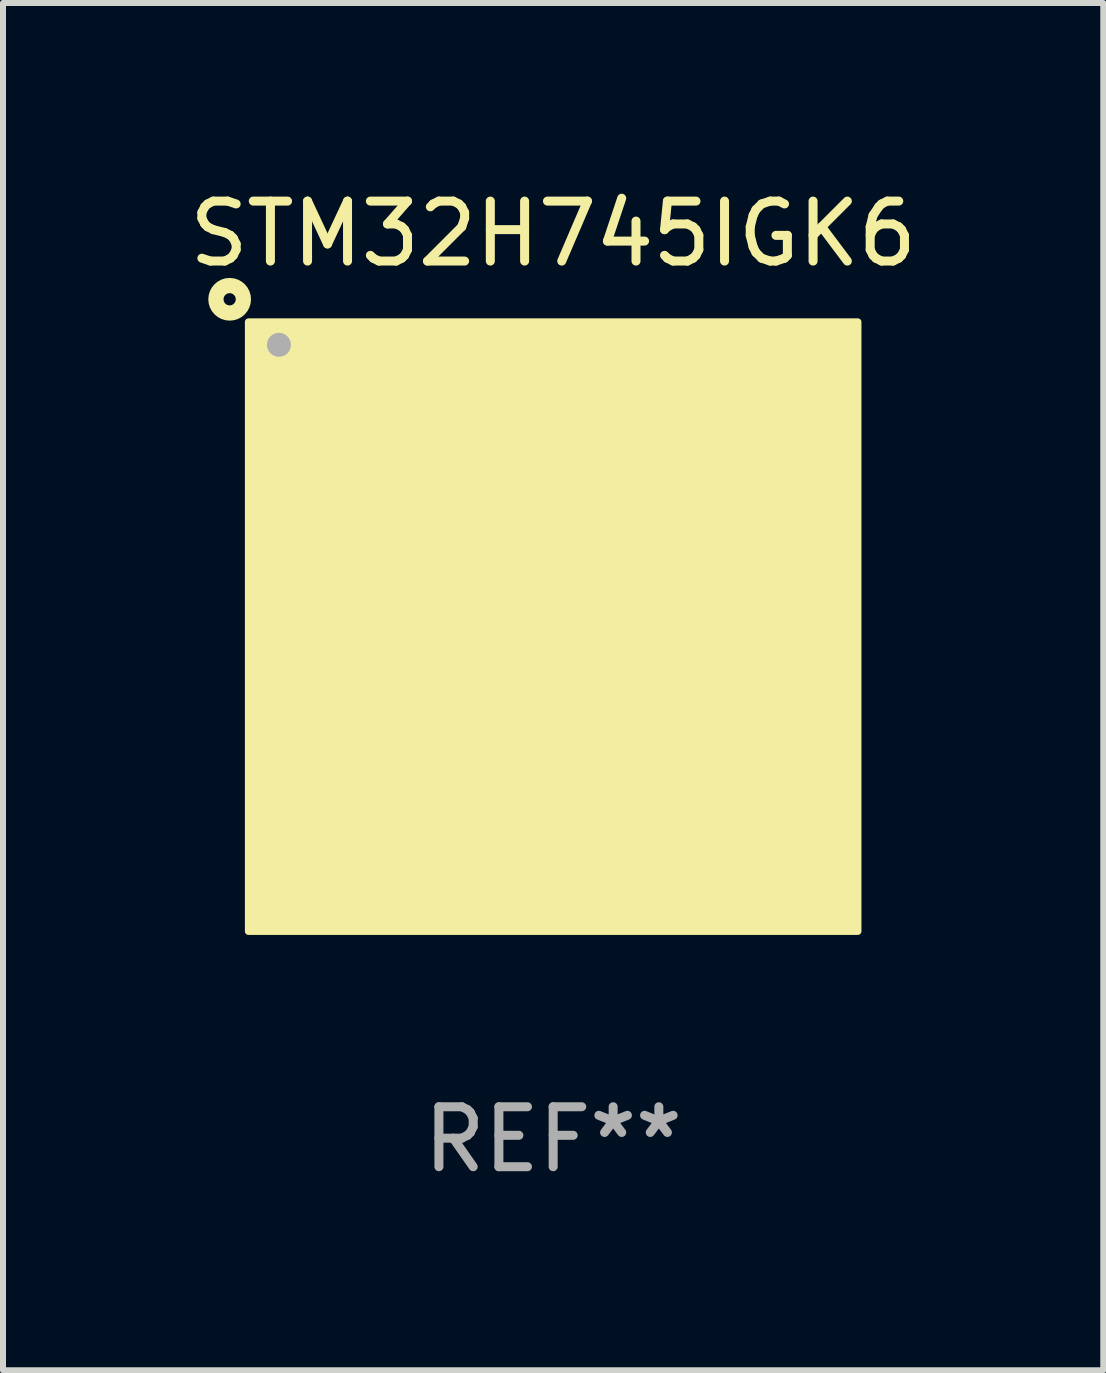
<source format=kicad_pcb>
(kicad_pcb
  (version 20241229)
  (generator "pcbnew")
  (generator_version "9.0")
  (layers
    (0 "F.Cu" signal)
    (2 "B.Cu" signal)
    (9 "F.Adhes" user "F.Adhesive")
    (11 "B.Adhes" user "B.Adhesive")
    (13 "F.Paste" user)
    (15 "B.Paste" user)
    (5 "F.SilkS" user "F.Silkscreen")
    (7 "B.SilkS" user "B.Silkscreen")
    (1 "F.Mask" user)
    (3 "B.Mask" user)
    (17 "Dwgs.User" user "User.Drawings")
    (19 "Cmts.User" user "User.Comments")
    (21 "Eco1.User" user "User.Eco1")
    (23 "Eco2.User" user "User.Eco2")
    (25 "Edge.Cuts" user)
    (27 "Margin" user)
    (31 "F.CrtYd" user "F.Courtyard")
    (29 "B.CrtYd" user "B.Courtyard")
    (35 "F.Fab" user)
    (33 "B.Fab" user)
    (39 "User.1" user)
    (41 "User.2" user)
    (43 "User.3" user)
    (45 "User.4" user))
  (footprint "STM32H745IGK6"
    (layer "F.Cu")
    (at 6.173 7.398)
    (property "Reference" "STM32H745IGK6" (at 0 -6.55 0) (layer "F.SilkS") (effects (font (size 1 1) (thickness 0.15))))
    (attr through_hole)
    (fp_circle (center -5.394 -5.458) (end -5.292 -5.458) (stroke (width 0.254) (type solid)) (fill no) (layer "F.SilkS"))
    (fp_circle (center -5 -5) (end -4.97 -5) (stroke (width 0.06) (type solid)) (fill no) (layer "F.SilkS"))
    (fp_poly (pts (xy -5.08 -5.08) (xy 5.08 -5.08) (xy 5.08 5.08) (xy -5.08 5.08)) (stroke (width 0.12) (type solid)) (fill yes) (layer "F.SilkS"))
    (fp_circle (center -4.572 -4.699) (end -4.472 -4.699) (stroke (width 0.2) (type solid)) (fill no) (layer "F.Fab"))
    (fp_text user "REF**" (at 0 8.55 0) (layer "F.Fab") (effects (font (size 1 1) (thickness 0.15))))
    (pad "A1" smd circle (at -4.55 -4.55) (size 0.3 0.3) (layers "F.Cu" "F.Mask" "F.Paste"))
    (pad "A2" smd circle (at -3.9 -4.55) (size 0.3 0.3) (layers "F.Cu" "F.Mask" "F.Paste"))
    (pad "A3" smd circle (at -3.25 -4.55) (size 0.3 0.3) (layers "F.Cu" "F.Mask" "F.Paste"))
    (pad "A4" smd circle (at -2.6 -4.55) (size 0.3 0.3) (layers "F.Cu" "F.Mask" "F.Paste"))
    (pad "A5" smd circle (at -1.95 -4.55) (size 0.3 0.3) (layers "F.Cu" "F.Mask" "F.Paste"))
    (pad "A6" smd circle (at -1.3 -4.55) (size 0.3 0.3) (layers "F.Cu" "F.Mask" "F.Paste"))
    (pad "A7" smd circle (at -0.65 -4.55) (size 0.3 0.3) (layers "F.Cu" "F.Mask" "F.Paste"))
    (pad "A8" smd circle (at -0.000127 -4.55) (size 0.3 0.3) (layers "F.Cu" "F.Mask" "F.Paste"))
    (pad "A9" smd circle (at 0.65 -4.55) (size 0.3 0.3) (layers "F.Cu" "F.Mask" "F.Paste"))
    (pad "A10" smd circle (at 1.3 -4.55) (size 0.3 0.3) (layers "F.Cu" "F.Mask" "F.Paste"))
    (pad "A11" smd circle (at 1.95 -4.55) (size 0.3 0.3) (layers "F.Cu" "F.Mask" "F.Paste"))
    (pad "A12" smd circle (at 2.6 -4.55) (size 0.3 0.3) (layers "F.Cu" "F.Mask" "F.Paste"))
    (pad "A13" smd circle (at 3.25 -4.55) (size 0.3 0.3) (layers "F.Cu" "F.Mask" "F.Paste"))
    (pad "A14" smd circle (at 3.9 -4.55) (size 0.3 0.3) (layers "F.Cu" "F.Mask" "F.Paste"))
    (pad "A15" smd circle (at 4.55 -4.55) (size 0.3 0.3) (layers "F.Cu" "F.Mask" "F.Paste"))
    (pad "B1" smd circle (at -4.55 -3.9) (size 0.3 0.3) (layers "F.Cu" "F.Mask" "F.Paste"))
    (pad "B2" smd circle (at -3.9 -3.9) (size 0.3 0.3) (layers "F.Cu" "F.Mask" "F.Paste"))
    (pad "B3" smd circle (at -3.25 -3.9) (size 0.3 0.3) (layers "F.Cu" "F.Mask" "F.Paste"))
    (pad "B4" smd circle (at -2.6 -3.9) (size 0.3 0.3) (layers "F.Cu" "F.Mask" "F.Paste"))
    (pad "B5" smd circle (at -1.95 -3.9) (size 0.3 0.3) (layers "F.Cu" "F.Mask" "F.Paste"))
    (pad "B6" smd circle (at -1.3 -3.9) (size 0.3 0.3) (layers "F.Cu" "F.Mask" "F.Paste"))
    (pad "B7" smd circle (at -0.65 -3.9) (size 0.3 0.3) (layers "F.Cu" "F.Mask" "F.Paste"))
    (pad "B8" smd circle (at 0.000127 -3.9) (size 0.3 0.3) (layers "F.Cu" "F.Mask" "F.Paste"))
    (pad "B9" smd circle (at 0.65 -3.9) (size 0.3 0.3) (layers "F.Cu" "F.Mask" "F.Paste"))
    (pad "B10" smd circle (at 1.3 -3.9) (size 0.3 0.3) (layers "F.Cu" "F.Mask" "F.Paste"))
    (pad "B11" smd circle (at 1.95 -3.9) (size 0.3 0.3) (layers "F.Cu" "F.Mask" "F.Paste"))
    (pad "B12" smd circle (at 2.6 -3.9) (size 0.3 0.3) (layers "F.Cu" "F.Mask" "F.Paste"))
    (pad "B13" smd circle (at 3.25 -3.9) (size 0.3 0.3) (layers "F.Cu" "F.Mask" "F.Paste"))
    (pad "B14" smd circle (at 3.9 -3.9) (size 0.3 0.3) (layers "F.Cu" "F.Mask" "F.Paste"))
    (pad "B15" smd circle (at 4.55 -3.9) (size 0.3 0.3) (layers "F.Cu" "F.Mask" "F.Paste"))
    (pad "C1" smd circle (at -4.55 -3.25) (size 0.3 0.3) (layers "F.Cu" "F.Mask" "F.Paste"))
    (pad "C2" smd circle (at -3.9 -3.25) (size 0.3 0.3) (layers "F.Cu" "F.Mask" "F.Paste"))
    (pad "C3" smd circle (at -3.25 -3.25) (size 0.3 0.3) (layers "F.Cu" "F.Mask" "F.Paste"))
    (pad "C4" smd circle (at -2.6 -3.25) (size 0.3 0.3) (layers "F.Cu" "F.Mask" "F.Paste"))
    (pad "C5" smd circle (at -1.95 -3.25) (size 0.3 0.3) (layers "F.Cu" "F.Mask" "F.Paste"))
    (pad "C6" smd circle (at -1.3 -3.25) (size 0.3 0.3) (layers "F.Cu" "F.Mask" "F.Paste"))
    (pad "C7" smd circle (at -0.65 -3.25) (size 0.3 0.3) (layers "F.Cu" "F.Mask" "F.Paste"))
    (pad "C8" smd circle (at 0.000127 -3.25) (size 0.3 0.3) (layers "F.Cu" "F.Mask" "F.Paste"))
    (pad "C9" smd circle (at 0.65 -3.25) (size 0.3 0.3) (layers "F.Cu" "F.Mask" "F.Paste"))
    (pad "C10" smd circle (at 1.3 -3.25) (size 0.3 0.3) (layers "F.Cu" "F.Mask" "F.Paste"))
    (pad "C11" smd circle (at 1.95 -3.25) (size 0.3 0.3) (layers "F.Cu" "F.Mask" "F.Paste"))
    (pad "C12" smd circle (at 2.6 -3.25) (size 0.3 0.3) (layers "F.Cu" "F.Mask" "F.Paste"))
    (pad "C13" smd circle (at 3.25 -3.25) (size 0.3 0.3) (layers "F.Cu" "F.Mask" "F.Paste"))
    (pad "C14" smd circle (at 3.9 -3.25) (size 0.3 0.3) (layers "F.Cu" "F.Mask" "F.Paste"))
    (pad "C15" smd circle (at 4.55 -3.25) (size 0.3 0.3) (layers "F.Cu" "F.Mask" "F.Paste"))
    (pad "D1" smd circle (at -4.55 -2.6) (size 0.3 0.3) (layers "F.Cu" "F.Mask" "F.Paste"))
    (pad "D2" smd circle (at -3.9 -2.6) (size 0.3 0.3) (layers "F.Cu" "F.Mask" "F.Paste"))
    (pad "D3" smd circle (at -3.25 -2.6) (size 0.3 0.3) (layers "F.Cu" "F.Mask" "F.Paste"))
    (pad "D4" smd circle (at -2.6 -2.6) (size 0.3 0.3) (layers "F.Cu" "F.Mask" "F.Paste"))
    (pad "D5" smd circle (at -1.95 -2.6) (size 0.3 0.3) (layers "F.Cu" "F.Mask" "F.Paste"))
    (pad "D6" smd circle (at -1.3 -2.6) (size 0.3 0.3) (layers "F.Cu" "F.Mask" "F.Paste"))
    (pad "D7" smd circle (at -0.65 -2.6) (size 0.3 0.3) (layers "F.Cu" "F.Mask" "F.Paste"))
    (pad "D8" smd circle (at -0.000127 -2.6) (size 0.3 0.3) (layers "F.Cu" "F.Mask" "F.Paste"))
    (pad "D9" smd circle (at 0.65 -2.6) (size 0.3 0.3) (layers "F.Cu" "F.Mask" "F.Paste"))
    (pad "D10" smd circle (at 1.3 -2.6) (size 0.3 0.3) (layers "F.Cu" "F.Mask" "F.Paste"))
    (pad "D11" smd circle (at 1.95 -2.6) (size 0.3 0.3) (layers "F.Cu" "F.Mask" "F.Paste"))
    (pad "D12" smd circle (at 2.6 -2.6) (size 0.3 0.3) (layers "F.Cu" "F.Mask" "F.Paste"))
    (pad "D13" smd circle (at 3.25 -2.6) (size 0.3 0.3) (layers "F.Cu" "F.Mask" "F.Paste"))
    (pad "D14" smd circle (at 3.9 -2.6) (size 0.3 0.3) (layers "F.Cu" "F.Mask" "F.Paste"))
    (pad "D15" smd circle (at 4.55 -2.6) (size 0.3 0.3) (layers "F.Cu" "F.Mask" "F.Paste"))
    (pad "E1" smd circle (at -4.55 -1.95) (size 0.3 0.3) (layers "F.Cu" "F.Mask" "F.Paste"))
    (pad "E2" smd circle (at -3.9 -1.95) (size 0.3 0.3) (layers "F.Cu" "F.Mask" "F.Paste"))
    (pad "E3" smd circle (at -3.25 -1.95) (size 0.3 0.3) (layers "F.Cu" "F.Mask" "F.Paste"))
    (pad "E4" smd circle (at -2.6 -1.95) (size 0.3 0.3) (layers "F.Cu" "F.Mask" "F.Paste"))
    (pad "E12" smd circle (at 2.6 -1.95) (size 0.3 0.3) (layers "F.Cu" "F.Mask" "F.Paste"))
    (pad "E13" smd circle (at 3.25 -1.95) (size 0.3 0.3) (layers "F.Cu" "F.Mask" "F.Paste"))
    (pad "E14" smd circle (at 3.9 -1.95) (size 0.3 0.3) (layers "F.Cu" "F.Mask" "F.Paste"))
    (pad "E15" smd circle (at 4.55 -1.95) (size 0.3 0.3) (layers "F.Cu" "F.Mask" "F.Paste"))
    (pad "F1" smd circle (at -4.55 -1.3) (size 0.3 0.3) (layers "F.Cu" "F.Mask" "F.Paste"))
    (pad "F2" smd circle (at -3.9 -1.3) (size 0.3 0.3) (layers "F.Cu" "F.Mask" "F.Paste"))
    (pad "F3" smd circle (at -3.25 -1.3) (size 0.3 0.3) (layers "F.Cu" "F.Mask" "F.Paste"))
    (pad "F4" smd circle (at -2.6 -1.3) (size 0.3 0.3) (layers "F.Cu" "F.Mask" "F.Paste"))
    (pad "F6" smd circle (at -1.3 -1.3) (size 0.3 0.3) (layers "F.Cu" "F.Mask" "F.Paste"))
    (pad "F7" smd circle (at -0.65 -1.3) (size 0.3 0.3) (layers "F.Cu" "F.Mask" "F.Paste"))
    (pad "F8" smd circle (at 0.000127 -1.3) (size 0.3 0.3) (layers "F.Cu" "F.Mask" "F.Paste"))
    (pad "F9" smd circle (at 0.65 -1.3) (size 0.3 0.3) (layers "F.Cu" "F.Mask" "F.Paste"))
    (pad "F10" smd circle (at 1.3 -1.3) (size 0.3 0.3) (layers "F.Cu" "F.Mask" "F.Paste"))
    (pad "F12" smd circle (at 2.6 -1.3) (size 0.3 0.3) (layers "F.Cu" "F.Mask" "F.Paste"))
    (pad "F13" smd circle (at 3.25 -1.3) (size 0.3 0.3) (layers "F.Cu" "F.Mask" "F.Paste"))
    (pad "F14" smd circle (at 3.9 -1.3) (size 0.3 0.3) (layers "F.Cu" "F.Mask" "F.Paste"))
    (pad "F15" smd circle (at 4.55 -1.3) (size 0.3 0.3) (layers "F.Cu" "F.Mask" "F.Paste"))
    (pad "G1" smd circle (at -4.55 -0.65) (size 0.3 0.3) (layers "F.Cu" "F.Mask" "F.Paste"))
    (pad "G2" smd circle (at -3.9 -0.65) (size 0.3 0.3) (layers "F.Cu" "F.Mask" "F.Paste"))
    (pad "G3" smd circle (at -3.25 -0.65) (size 0.3 0.3) (layers "F.Cu" "F.Mask" "F.Paste"))
    (pad "G4" smd circle (at -2.6 -0.65) (size 0.3 0.3) (layers "F.Cu" "F.Mask" "F.Paste"))
    (pad "G6" smd circle (at -1.3 -0.65) (size 0.3 0.3) (layers "F.Cu" "F.Mask" "F.Paste"))
    (pad "G7" smd circle (at -0.65 -0.65) (size 0.3 0.3) (layers "F.Cu" "F.Mask" "F.Paste"))
    (pad "G8" smd circle (at -0.000127 -0.65) (size 0.3 0.3) (layers "F.Cu" "F.Mask" "F.Paste"))
    (pad "G9" smd circle (at 0.65 -0.65) (size 0.3 0.3) (layers "F.Cu" "F.Mask" "F.Paste"))
    (pad "G10" smd circle (at 1.3 -0.65) (size 0.3 0.3) (layers "F.Cu" "F.Mask" "F.Paste"))
    (pad "G12" smd circle (at 2.6 -0.65) (size 0.3 0.3) (layers "F.Cu" "F.Mask" "F.Paste"))
    (pad "G13" smd circle (at 3.25 -0.65) (size 0.3 0.3) (layers "F.Cu" "F.Mask" "F.Paste"))
    (pad "G14" smd circle (at 3.9 -0.65) (size 0.3 0.3) (layers "F.Cu" "F.Mask" "F.Paste"))
    (pad "G15" smd circle (at 4.55 -0.65) (size 0.3 0.3) (layers "F.Cu" "F.Mask" "F.Paste"))
    (pad "H1" smd circle (at -4.55 -0.000127) (size 0.3 0.3) (layers "F.Cu" "F.Mask" "F.Paste"))
    (pad "H2" smd circle (at -3.9 -0.000127) (size 0.3 0.3) (layers "F.Cu" "F.Mask" "F.Paste"))
    (pad "H3" smd circle (at -3.25 -0.000127) (size 0.3 0.3) (layers "F.Cu" "F.Mask" "F.Paste"))
    (pad "H4" smd circle (at -2.6 -0.000127) (size 0.3 0.3) (layers "F.Cu" "F.Mask" "F.Paste"))
    (pad "H6" smd circle (at -1.3 -0.000127) (size 0.3 0.3) (layers "F.Cu" "F.Mask" "F.Paste"))
    (pad "H7" smd circle (at -0.65 -0.000127) (size 0.3 0.3) (layers "F.Cu" "F.Mask" "F.Paste"))
    (pad "H8" smd circle (at -0.000127 -0.000127) (size 0.3 0.3) (layers "F.Cu" "F.Mask" "F.Paste"))
    (pad "H9" smd circle (at 0.65 -0.000127) (size 0.3 0.3) (layers "F.Cu" "F.Mask" "F.Paste"))
    (pad "H10" smd circle (at 1.3 -0.000127) (size 0.3 0.3) (layers "F.Cu" "F.Mask" "F.Paste"))
    (pad "H12" smd circle (at 2.6 -0.000127) (size 0.3 0.3) (layers "F.Cu" "F.Mask" "F.Paste"))
    (pad "H13" smd circle (at 3.25 -0.000127) (size 0.3 0.3) (layers "F.Cu" "F.Mask" "F.Paste"))
    (pad "H14" smd circle (at 3.9 -0.000127) (size 0.3 0.3) (layers "F.Cu" "F.Mask" "F.Paste"))
    (pad "H15" smd circle (at 4.55 -0.000127) (size 0.3 0.3) (layers "F.Cu" "F.Mask" "F.Paste"))
    (pad "J1" smd circle (at -4.55 0.65) (size 0.3 0.3) (layers "F.Cu" "F.Mask" "F.Paste"))
    (pad "J2" smd circle (at -3.9 0.65) (size 0.3 0.3) (layers "F.Cu" "F.Mask" "F.Paste"))
    (pad "J3" smd circle (at -3.25 0.65) (size 0.3 0.3) (layers "F.Cu" "F.Mask" "F.Paste"))
    (pad "J4" smd circle (at -2.6 0.65) (size 0.3 0.3) (layers "F.Cu" "F.Mask" "F.Paste"))
    (pad "J6" smd circle (at -1.3 0.65) (size 0.3 0.3) (layers "F.Cu" "F.Mask" "F.Paste"))
    (pad "J7" smd circle (at -0.65 0.65) (size 0.3 0.3) (layers "F.Cu" "F.Mask" "F.Paste"))
    (pad "J8" smd circle (at -0.000127 0.65) (size 0.3 0.3) (layers "F.Cu" "F.Mask" "F.Paste"))
    (pad "J9" smd circle (at 0.65 0.65) (size 0.3 0.3) (layers "F.Cu" "F.Mask" "F.Paste"))
    (pad "J10" smd circle (at 1.3 0.65) (size 0.3 0.3) (layers "F.Cu" "F.Mask" "F.Paste"))
    (pad "J12" smd circle (at 2.6 0.65) (size 0.3 0.3) (layers "F.Cu" "F.Mask" "F.Paste"))
    (pad "J13" smd circle (at 3.25 0.65) (size 0.3 0.3) (layers "F.Cu" "F.Mask" "F.Paste"))
    (pad "J14" smd circle (at 3.9 0.65) (size 0.3 0.3) (layers "F.Cu" "F.Mask" "F.Paste"))
    (pad "J15" smd circle (at 4.55 0.65) (size 0.3 0.3) (layers "F.Cu" "F.Mask" "F.Paste"))
    (pad "K1" smd circle (at -4.55 1.3) (size 0.3 0.3) (layers "F.Cu" "F.Mask" "F.Paste"))
    (pad "K2" smd circle (at -3.9 1.3) (size 0.3 0.3) (layers "F.Cu" "F.Mask" "F.Paste"))
    (pad "K3" smd circle (at -3.25 1.3) (size 0.3 0.3) (layers "F.Cu" "F.Mask" "F.Paste"))
    (pad "K4" smd circle (at -2.6 1.3) (size 0.3 0.3) (layers "F.Cu" "F.Mask" "F.Paste"))
    (pad "K6" smd circle (at -1.3 1.3) (size 0.3 0.3) (layers "F.Cu" "F.Mask" "F.Paste"))
    (pad "K7" smd circle (at -0.65 1.3) (size 0.3 0.3) (layers "F.Cu" "F.Mask" "F.Paste"))
    (pad "K8" smd circle (at 0.000127 1.3) (size 0.3 0.3) (layers "F.Cu" "F.Mask" "F.Paste"))
    (pad "K9" smd circle (at 0.65 1.3) (size 0.3 0.3) (layers "F.Cu" "F.Mask" "F.Paste"))
    (pad "K10" smd circle (at 1.3 1.3) (size 0.3 0.3) (layers "F.Cu" "F.Mask" "F.Paste"))
    (pad "K12" smd circle (at 2.6 1.3) (size 0.3 0.3) (layers "F.Cu" "F.Mask" "F.Paste"))
    (pad "K13" smd circle (at 3.25 1.3) (size 0.3 0.3) (layers "F.Cu" "F.Mask" "F.Paste"))
    (pad "K14" smd circle (at 3.9 1.3) (size 0.3 0.3) (layers "F.Cu" "F.Mask" "F.Paste"))
    (pad "K15" smd circle (at 4.55 1.3) (size 0.3 0.3) (layers "F.Cu" "F.Mask" "F.Paste"))
    (pad "L1" smd circle (at -4.55 1.95) (size 0.3 0.3) (layers "F.Cu" "F.Mask" "F.Paste"))
    (pad "L2" smd circle (at -3.9 1.95) (size 0.3 0.3) (layers "F.Cu" "F.Mask" "F.Paste"))
    (pad "L3" smd circle (at -3.25 1.95) (size 0.3 0.3) (layers "F.Cu" "F.Mask" "F.Paste"))
    (pad "L4" smd circle (at -2.6 1.95) (size 0.3 0.3) (layers "F.Cu" "F.Mask" "F.Paste"))
    (pad "L12" smd circle (at 2.6 1.95) (size 0.3 0.3) (layers "F.Cu" "F.Mask" "F.Paste"))
    (pad "L13" smd circle (at 3.25 1.95) (size 0.3 0.3) (layers "F.Cu" "F.Mask" "F.Paste"))
    (pad "L14" smd circle (at 3.9 1.95) (size 0.3 0.3) (layers "F.Cu" "F.Mask" "F.Paste"))
    (pad "L15" smd circle (at 4.55 1.95) (size 0.3 0.3) (layers "F.Cu" "F.Mask" "F.Paste"))
    (pad "M1" smd circle (at -4.55 2.6) (size 0.3 0.3) (layers "F.Cu" "F.Mask" "F.Paste"))
    (pad "M2" smd circle (at -3.9 2.6) (size 0.3 0.3) (layers "F.Cu" "F.Mask" "F.Paste"))
    (pad "M3" smd circle (at -3.25 2.6) (size 0.3 0.3) (layers "F.Cu" "F.Mask" "F.Paste"))
    (pad "M4" smd circle (at -2.6 2.6) (size 0.3 0.3) (layers "F.Cu" "F.Mask" "F.Paste"))
    (pad "M5" smd circle (at -1.95 2.6) (size 0.3 0.3) (layers "F.Cu" "F.Mask" "F.Paste"))
    (pad "M6" smd circle (at -1.3 2.6) (size 0.3 0.3) (layers "F.Cu" "F.Mask" "F.Paste"))
    (pad "M7" smd circle (at -0.65 2.6) (size 0.3 0.3) (layers "F.Cu" "F.Mask" "F.Paste"))
    (pad "M8" smd circle (at -0.000127 2.6) (size 0.3 0.3) (layers "F.Cu" "F.Mask" "F.Paste"))
    (pad "M9" smd circle (at 0.65 2.6) (size 0.3 0.3) (layers "F.Cu" "F.Mask" "F.Paste"))
    (pad "M10" smd circle (at 1.3 2.6) (size 0.3 0.3) (layers "F.Cu" "F.Mask" "F.Paste"))
    (pad "M11" smd circle (at 1.95 2.6) (size 0.3 0.3) (layers "F.Cu" "F.Mask" "F.Paste"))
    (pad "M12" smd circle (at 2.6 2.6) (size 0.3 0.3) (layers "F.Cu" "F.Mask" "F.Paste"))
    (pad "M13" smd circle (at 3.25 2.6) (size 0.3 0.3) (layers "F.Cu" "F.Mask" "F.Paste"))
    (pad "M14" smd circle (at 3.9 2.6) (size 0.3 0.3) (layers "F.Cu" "F.Mask" "F.Paste"))
    (pad "M15" smd circle (at 4.55 2.6) (size 0.3 0.3) (layers "F.Cu" "F.Mask" "F.Paste"))
    (pad "N1" smd circle (at -4.55 3.25) (size 0.3 0.3) (layers "F.Cu" "F.Mask" "F.Paste"))
    (pad "N2" smd circle (at -3.9 3.25) (size 0.3 0.3) (layers "F.Cu" "F.Mask" "F.Paste"))
    (pad "N3" smd circle (at -3.25 3.25) (size 0.3 0.3) (layers "F.Cu" "F.Mask" "F.Paste"))
    (pad "N4" smd circle (at -2.6 3.25) (size 0.3 0.3) (layers "F.Cu" "F.Mask" "F.Paste"))
    (pad "N5" smd circle (at -1.95 3.25) (size 0.3 0.3) (layers "F.Cu" "F.Mask" "F.Paste"))
    (pad "N6" smd circle (at -1.3 3.25) (size 0.3 0.3) (layers "F.Cu" "F.Mask" "F.Paste"))
    (pad "N7" smd circle (at -0.65 3.25) (size 0.3 0.3) (layers "F.Cu" "F.Mask" "F.Paste"))
    (pad "N8" smd circle (at -0.000127 3.25) (size 0.3 0.3) (layers "F.Cu" "F.Mask" "F.Paste"))
    (pad "N9" smd circle (at 0.65 3.25) (size 0.3 0.3) (layers "F.Cu" "F.Mask" "F.Paste"))
    (pad "N10" smd circle (at 1.3 3.25) (size 0.3 0.3) (layers "F.Cu" "F.Mask" "F.Paste"))
    (pad "N11" smd circle (at 1.95 3.25) (size 0.3 0.3) (layers "F.Cu" "F.Mask" "F.Paste"))
    (pad "N12" smd circle (at 2.6 3.25) (size 0.3 0.3) (layers "F.Cu" "F.Mask" "F.Paste"))
    (pad "N13" smd circle (at 3.25 3.25) (size 0.3 0.3) (layers "F.Cu" "F.Mask" "F.Paste"))
    (pad "N14" smd circle (at 3.9 3.25) (size 0.3 0.3) (layers "F.Cu" "F.Mask" "F.Paste"))
    (pad "N15" smd circle (at 4.55 3.25) (size 0.3 0.3) (layers "F.Cu" "F.Mask" "F.Paste"))
    (pad "P1" smd circle (at -4.55 3.9) (size 0.3 0.3) (layers "F.Cu" "F.Mask" "F.Paste"))
    (pad "P2" smd circle (at -3.9 3.9) (size 0.3 0.3) (layers "F.Cu" "F.Mask" "F.Paste"))
    (pad "P3" smd circle (at -3.25 3.9) (size 0.3 0.3) (layers "F.Cu" "F.Mask" "F.Paste"))
    (pad "P4" smd circle (at -2.6 3.9) (size 0.3 0.3) (layers "F.Cu" "F.Mask" "F.Paste"))
    (pad "P5" smd circle (at -1.95 3.9) (size 0.3 0.3) (layers "F.Cu" "F.Mask" "F.Paste"))
    (pad "P6" smd circle (at -1.3 3.9) (size 0.3 0.3) (layers "F.Cu" "F.Mask" "F.Paste"))
    (pad "P7" smd circle (at -0.65 3.9) (size 0.3 0.3) (layers "F.Cu" "F.Mask" "F.Paste"))
    (pad "P8" smd circle (at 0.000127 3.9) (size 0.3 0.3) (layers "F.Cu" "F.Mask" "F.Paste"))
    (pad "P9" smd circle (at 0.65 3.9) (size 0.3 0.3) (layers "F.Cu" "F.Mask" "F.Paste"))
    (pad "P10" smd circle (at 1.3 3.9) (size 0.3 0.3) (layers "F.Cu" "F.Mask" "F.Paste"))
    (pad "P11" smd circle (at 1.95 3.9) (size 0.3 0.3) (layers "F.Cu" "F.Mask" "F.Paste"))
    (pad "P12" smd circle (at 2.6 3.9) (size 0.3 0.3) (layers "F.Cu" "F.Mask" "F.Paste"))
    (pad "P13" smd circle (at 3.25 3.9) (size 0.3 0.3) (layers "F.Cu" "F.Mask" "F.Paste"))
    (pad "P14" smd circle (at 3.9 3.9) (size 0.3 0.3) (layers "F.Cu" "F.Mask" "F.Paste"))
    (pad "P15" smd circle (at 4.55 3.9) (size 0.3 0.3) (layers "F.Cu" "F.Mask" "F.Paste"))
    (pad "R1" smd circle (at -4.55 4.55) (size 0.3 0.3) (layers "F.Cu" "F.Mask" "F.Paste"))
    (pad "R2" smd circle (at -3.9 4.55) (size 0.3 0.3) (layers "F.Cu" "F.Mask" "F.Paste"))
    (pad "R3" smd circle (at -3.25 4.55) (size 0.3 0.3) (layers "F.Cu" "F.Mask" "F.Paste"))
    (pad "R4" smd circle (at -2.6 4.55) (size 0.3 0.3) (layers "F.Cu" "F.Mask" "F.Paste"))
    (pad "R5" smd circle (at -1.95 4.55) (size 0.3 0.3) (layers "F.Cu" "F.Mask" "F.Paste"))
    (pad "R6" smd circle (at -1.3 4.55) (size 0.3 0.3) (layers "F.Cu" "F.Mask" "F.Paste"))
    (pad "R7" smd circle (at -0.65 4.55) (size 0.3 0.3) (layers "F.Cu" "F.Mask" "F.Paste"))
    (pad "R8" smd circle (at -0.000127 4.55) (size 0.3 0.3) (layers "F.Cu" "F.Mask" "F.Paste"))
    (pad "R9" smd circle (at 0.65 4.55) (size 0.3 0.3) (layers "F.Cu" "F.Mask" "F.Paste"))
    (pad "R10" smd circle (at 1.3 4.55) (size 0.3 0.3) (layers "F.Cu" "F.Mask" "F.Paste"))
    (pad "R11" smd circle (at 1.95 4.55) (size 0.3 0.3) (layers "F.Cu" "F.Mask" "F.Paste"))
    (pad "R12" smd circle (at 2.6 4.55) (size 0.3 0.3) (layers "F.Cu" "F.Mask" "F.Paste"))
    (pad "R13" smd circle (at 3.25 4.55) (size 0.3 0.3) (layers "F.Cu" "F.Mask" "F.Paste"))
    (pad "R14" smd circle (at 3.9 4.55) (size 0.3 0.3) (layers "F.Cu" "F.Mask" "F.Paste"))
    (pad "R15" smd circle (at 4.55 4.55) (size 0.3 0.3) (layers "F.Cu" "F.Mask" "F.Paste")))
  (gr_rect
    (start -3 -3)
    (end 15.345 19.797)
    (stroke (width 0.1) (type default))
    (fill no)
    (layer "Edge.Cuts")))
</source>
